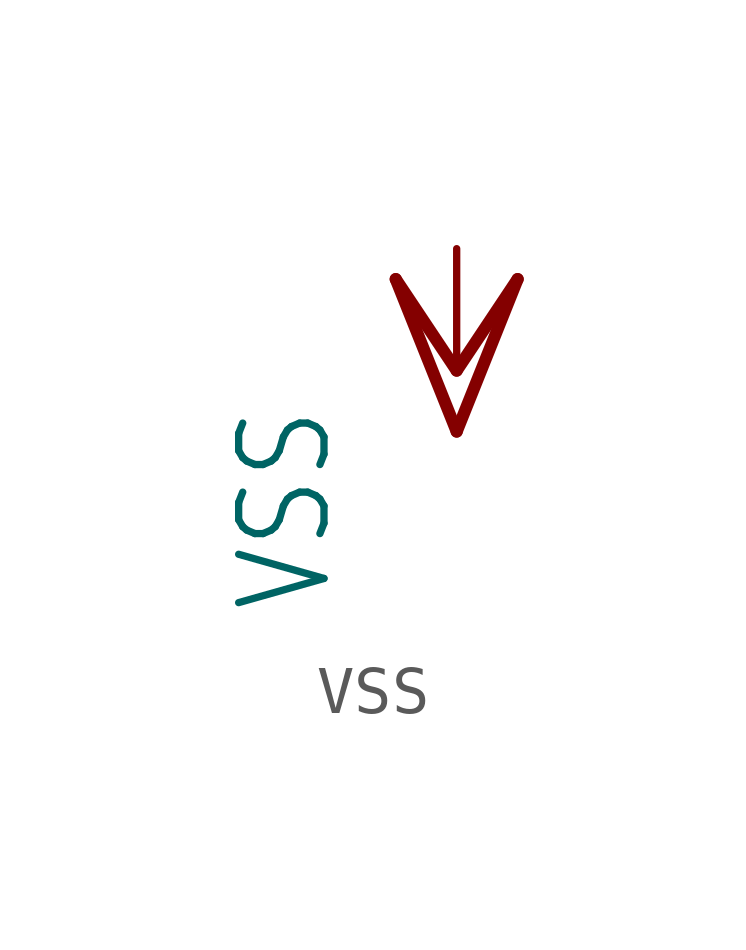
<source format=kicad_sym>
(kicad_symbol_lib
  (version 20220914)
  (generator kicad_symbol_editor)
  (symbol "VSS"
    (power)
    (property "Reference" "#VSS"
      (at 0 0 0)
      (effects (font (size 1.27 1.27)) hide))
    (property "Value" "VSS"
      (at -2.54 -5.08 90)
      (effects (font (size 1.778 1.511)) (justify left bottom)))
    (property "ki_locked" ""
      (at 0 0 0)
      (effects (font (size 1.27 1.27))))
    (symbol "VSS_1_0"
      (polyline (pts (xy -1.27 1.905) (xy 0 -1.27)) (stroke (width 0.254) (type solid)) (fill (type none)))
      (polyline (pts (xy -1.27 1.905) (xy 0 0)) (stroke (width 0.254) (type solid)) (fill (type none)))
      (polyline (pts (xy 0 -1.27) (xy 1.27 1.905)) (stroke (width 0.254) (type solid)) (fill (type none)))
      (polyline (pts (xy 0 0) (xy 1.27 1.905)) (stroke (width 0.254) (type solid)) (fill (type none)))
      (pin power_in line (at 0 2.54 270) (length 2.54) (name "VSS" (effects (font (size 0 0)))) (number "1" (effects (font (size 0 0))))))))
</source>
